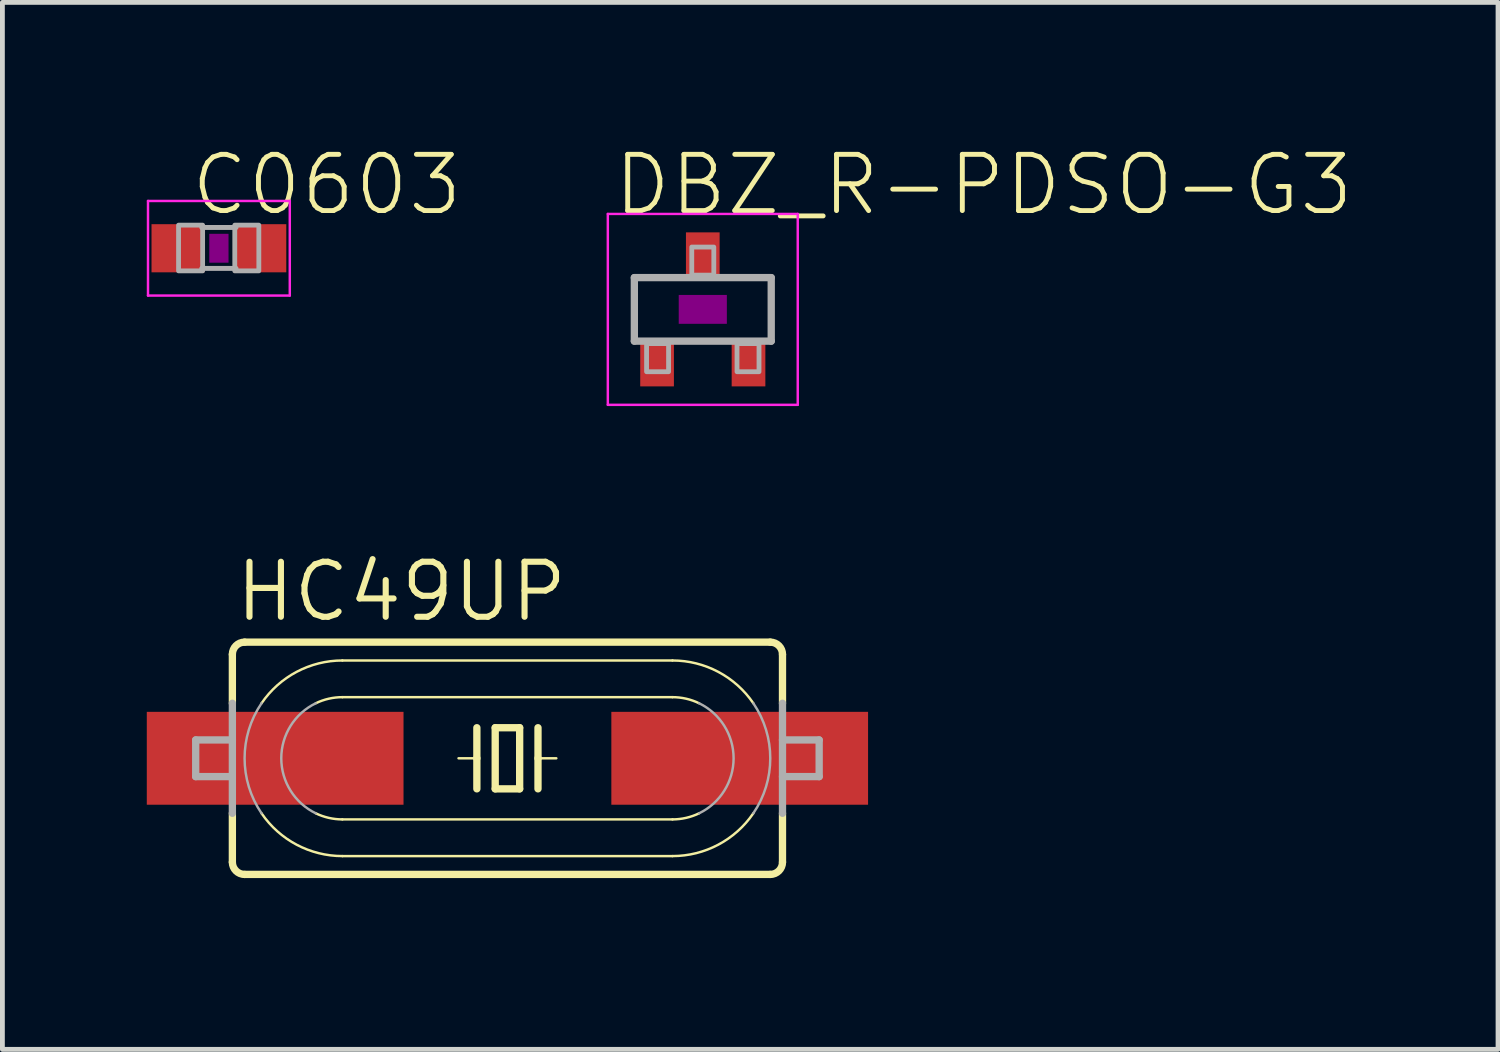
<source format=kicad_pcb>
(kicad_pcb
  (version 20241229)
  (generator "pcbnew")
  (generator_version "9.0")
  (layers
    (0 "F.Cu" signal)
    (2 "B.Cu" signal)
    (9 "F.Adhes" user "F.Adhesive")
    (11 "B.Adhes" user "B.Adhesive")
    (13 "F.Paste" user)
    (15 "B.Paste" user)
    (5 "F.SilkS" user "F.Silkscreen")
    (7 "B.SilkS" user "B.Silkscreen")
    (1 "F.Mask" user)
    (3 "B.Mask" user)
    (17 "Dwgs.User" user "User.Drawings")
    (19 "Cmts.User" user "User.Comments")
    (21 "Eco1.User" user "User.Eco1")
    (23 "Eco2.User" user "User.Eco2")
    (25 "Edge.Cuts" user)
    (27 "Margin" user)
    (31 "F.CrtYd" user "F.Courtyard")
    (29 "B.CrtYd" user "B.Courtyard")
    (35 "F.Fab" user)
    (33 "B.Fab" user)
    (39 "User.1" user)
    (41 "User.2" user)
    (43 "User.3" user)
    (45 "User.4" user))
  (footprint "C0603"
    (layer "F.Cu")
    (at 1.498 2.108)
    (property "Reference" "C0603" (at -0.635 -0.635 0) (layer "F.SilkS") (effects (font (size 1.168 1.168) (thickness 0.102)) (justify left bottom)))
    (fp_poly (pts (xy -0.2 0.3) (xy 0.2 0.3) (xy 0.2 -0.3) (xy -0.2 -0.3)) (stroke (width 0) (type solid)) (fill yes) (layer "F.Adhes"))
    (fp_line (start -1.473 -0.983) (end 1.473 -0.983) (stroke (width 0.051) (type solid)) (layer "F.CrtYd"))
    (fp_line (start -1.473 0.983) (end -1.473 -0.983) (stroke (width 0.051) (type solid)) (layer "F.CrtYd"))
    (fp_line (start 1.473 -0.983) (end 1.473 0.983) (stroke (width 0.051) (type solid)) (layer "F.CrtYd"))
    (fp_line (start 1.473 0.983) (end -1.473 0.983) (stroke (width 0.051) (type solid)) (layer "F.CrtYd"))
    (fp_line (start -0.356 -0.432) (end 0.356 -0.432) (stroke (width 0.102) (type solid)) (layer "F.Fab"))
    (fp_line (start -0.356 0.419) (end 0.356 0.419) (stroke (width 0.102) (type solid)) (layer "F.Fab"))
    (fp_poly (pts (xy -0.838 0.47) (xy -0.338 0.47) (xy -0.338 -0.48) (xy -0.838 -0.48)) (stroke (width 0.1) (type solid)) (fill no) (layer "F.Fab"))
    (fp_poly (pts (xy 0.33 0.47) (xy 0.83 0.47) (xy 0.83 -0.48) (xy 0.33 -0.48)) (stroke (width 0.1) (type solid)) (fill no) (layer "F.Fab"))
    (pad "1" smd rect (at -0.85 0) (size 1.1 1) (layers "F.Cu" "F.Mask" "F.Paste"))
    (pad "2" smd rect (at 0.85 0) (size 1.1 1) (layers "F.Cu" "F.Mask" "F.Paste")))
  (footprint "HC49UP"
    (layer "F.Cu")
    (at 7.493 12.705)
    (property "Reference" "HC49UP" (at -5.715 -2.794 0) (layer "F.SilkS") (effects (font (size 1.143 1.143) (thickness 0.127)) (justify left bottom)))
    (fp_line (start -5.715 -1.143) (end -5.715 -2.159) (stroke (width 0.152) (type solid)) (layer "F.SilkS"))
    (fp_line (start -5.715 2.159) (end -5.715 1.143) (stroke (width 0.152) (type solid)) (layer "F.SilkS"))
    (fp_line (start -3.429 -2.032) (end 3.429 -2.032) (stroke (width 0.051) (type solid)) (layer "F.SilkS"))
    (fp_line (start -3.429 -1.27) (end 3.429 -1.27) (stroke (width 0.051) (type solid)) (layer "F.SilkS"))
    (fp_line (start -0.635 -0.635) (end -0.635 0) (stroke (width 0.152) (type solid)) (layer "F.SilkS"))
    (fp_line (start -0.635 0) (end -1.016 0) (stroke (width 0.051) (type solid)) (layer "F.SilkS"))
    (fp_line (start -0.635 0) (end -0.635 0.635) (stroke (width 0.152) (type solid)) (layer "F.SilkS"))
    (fp_line (start -0.254 -0.635) (end -0.254 0.635) (stroke (width 0.152) (type solid)) (layer "F.SilkS"))
    (fp_line (start -0.254 0.635) (end 0.254 0.635) (stroke (width 0.152) (type solid)) (layer "F.SilkS"))
    (fp_line (start 0.254 -0.635) (end -0.254 -0.635) (stroke (width 0.152) (type solid)) (layer "F.SilkS"))
    (fp_line (start 0.254 0.635) (end 0.254 -0.635) (stroke (width 0.152) (type solid)) (layer "F.SilkS"))
    (fp_line (start 0.635 -0.635) (end 0.635 0) (stroke (width 0.152) (type solid)) (layer "F.SilkS"))
    (fp_line (start 0.635 0) (end 0.635 0.635) (stroke (width 0.152) (type solid)) (layer "F.SilkS"))
    (fp_line (start 0.635 0) (end 1.016 0) (stroke (width 0.051) (type solid)) (layer "F.SilkS"))
    (fp_line (start 3.429 1.27) (end -3.429 1.27) (stroke (width 0.051) (type solid)) (layer "F.SilkS"))
    (fp_line (start 3.429 2.032) (end -3.429 2.032) (stroke (width 0.051) (type solid)) (layer "F.SilkS"))
    (fp_line (start 5.461 -2.413) (end -5.461 -2.413) (stroke (width 0.152) (type solid)) (layer "F.SilkS"))
    (fp_line (start 5.461 2.413) (end -5.461 2.413) (stroke (width 0.152) (type solid)) (layer "F.SilkS"))
    (fp_line (start 5.715 -1.143) (end 5.715 -2.159) (stroke (width 0.152) (type solid)) (layer "F.SilkS"))
    (fp_line (start 5.715 2.159) (end 5.715 1.143) (stroke (width 0.152) (type solid)) (layer "F.SilkS"))
    (fp_arc (start -5.715 -2.159) (mid -5.640605 -2.338605) (end -5.461 -2.413) (stroke (width 0.1524) (type solid)) (layer "F.SilkS"))
    (fp_arc (start -5.461 2.413) (mid -5.640605 2.338605) (end -5.715 2.159) (stroke (width 0.1524) (type solid)) (layer "F.SilkS"))
    (fp_arc (start -5.1091 -1.143) (mid -4.379417 -1.796107) (end -3.429 -2.032101) (stroke (width 0.0508) (type solid)) (layer "F.SilkS"))
    (fp_arc (start -3.9826 -1.143) (mid -3.712991 -1.237845) (end -3.429 -1.27) (stroke (width 0.0508) (type solid)) (layer "F.SilkS"))
    (fp_arc (start -3.429 1.27) (mid -3.712991 1.237845) (end -3.9826 1.143) (stroke (width 0.0508) (type solid)) (layer "F.SilkS"))
    (fp_arc (start -3.429 2.032001) (mid -4.379408 1.796063) (end -5.1091 1.143) (stroke (width 0.0508) (type solid)) (layer "F.SilkS"))
    (fp_arc (start 3.429 -2.032) (mid 4.379408 -1.796062) (end 5.1091 -1.142999) (stroke (width 0.0508) (type solid)) (layer "F.SilkS"))
    (fp_arc (start 3.429 -1.27) (mid 3.712991 -1.237845) (end 3.9826 -1.143) (stroke (width 0.0508) (type solid)) (layer "F.SilkS"))
    (fp_arc (start 3.9826 1.143) (mid 3.712991 1.237845) (end 3.429 1.27) (stroke (width 0.0508) (type solid)) (layer "F.SilkS"))
    (fp_arc (start 5.109 1.142899) (mid 4.379368 1.795994) (end 3.429 2.032) (stroke (width 0.0508) (type solid)) (layer "F.SilkS"))
    (fp_arc (start 5.461 -2.413) (mid 5.640605 -2.338605) (end 5.715 -2.159) (stroke (width 0.1524) (type solid)) (layer "F.SilkS"))
    (fp_arc (start 5.715 2.159) (mid 5.640605 2.338605) (end 5.461 2.413) (stroke (width 0.1524) (type solid)) (layer "F.SilkS"))
    (fp_line (start -6.477 0.381) (end -6.477 -0.381) (stroke (width 0.152) (type solid)) (layer "F.Fab"))
    (fp_line (start -5.715 -0.381) (end -6.477 -0.381) (stroke (width 0.152) (type solid)) (layer "F.Fab"))
    (fp_line (start -5.715 -0.381) (end -5.715 -1.143) (stroke (width 0.152) (type solid)) (layer "F.Fab"))
    (fp_line (start -5.715 0.381) (end -6.477 0.381) (stroke (width 0.152) (type solid)) (layer "F.Fab"))
    (fp_line (start -5.715 0.381) (end -5.715 -0.381) (stroke (width 0.152) (type solid)) (layer "F.Fab"))
    (fp_line (start -5.715 1.143) (end -5.715 0.381) (stroke (width 0.152) (type solid)) (layer "F.Fab"))
    (fp_line (start 5.715 -0.381) (end 6.477 -0.381) (stroke (width 0.152) (type solid)) (layer "F.Fab"))
    (fp_line (start 5.715 0.381) (end 6.477 0.381) (stroke (width 0.152) (type solid)) (layer "F.Fab"))
    (fp_line (start 5.715 1.143) (end 5.715 -1.143) (stroke (width 0.152) (type solid)) (layer "F.Fab"))
    (fp_line (start 6.477 0.381) (end 6.477 -0.381) (stroke (width 0.152) (type solid)) (layer "F.Fab"))
    (fp_arc (start -5.1091 1.143) (mid -5.46104 0) (end -5.1091 -1.143) (stroke (width 0.0508) (type solid)) (layer "F.Fab"))
    (fp_arc (start -3.9826 1.143) (mid -4.699009 0) (end -3.9826 -1.143) (stroke (width 0.0508) (type solid)) (layer "F.Fab"))
    (fp_arc (start 3.9826 -1.143) (mid 4.699009 0) (end 3.9826 1.143) (stroke (width 0.0508) (type solid)) (layer "F.Fab"))
    (fp_arc (start 5.1091 -1.143) (mid 5.46104 0) (end 5.1091 1.143) (stroke (width 0.0508) (type solid)) (layer "F.Fab"))
    (pad "1" smd rect (at -4.826 0) (size 5.334 1.93) (layers "F.Cu" "F.Mask" "F.Paste"))
    (pad "2" smd rect (at 4.826 0) (size 5.334 1.93) (layers "F.Cu" "F.Mask" "F.Paste"))
    (zone (net_name "") (layers "F.Cu" "B.Cu") (hatch edge 0.508) (connect_pads) (min_thickness 0.254) (filled_areas_thickness no) (keepout (tracks allowed) (vias not_allowed) (pads allowed) (copperpour allowed) (footprints allowed)) (placement (enabled no)) (fill) (polygon (pts (xy 0.889 15.753) (xy 14.097 15.753) (xy 14.097 9.657) (xy 0.889 9.657)))))
  (footprint "DBZ_R-PDSO-G3"
    (layer "F.Cu")
    (at 11.552 3.378)
    (property "Reference" "DBZ_R-PDSO-G3" (at -1.905 -1.905 0) (layer "F.SilkS") (effects (font (size 1.168 1.168) (thickness 0.102)) (justify left bottom)))
    (fp_poly (pts (xy -0.5 0.3) (xy 0.5 0.3) (xy 0.5 -0.3) (xy -0.5 -0.3)) (stroke (width 0) (type solid)) (fill yes) (layer "F.Adhes"))
    (fp_line (start -1.973 -1.983) (end 1.973 -1.983) (stroke (width 0.051) (type solid)) (layer "F.CrtYd"))
    (fp_line (start -1.973 1.983) (end -1.973 -1.983) (stroke (width 0.051) (type solid)) (layer "F.CrtYd"))
    (fp_line (start 1.973 -1.983) (end 1.973 1.983) (stroke (width 0.051) (type solid)) (layer "F.CrtYd"))
    (fp_line (start 1.973 1.983) (end -1.973 1.983) (stroke (width 0.051) (type solid)) (layer "F.CrtYd"))
    (fp_line (start -1.422 -0.66) (end 1.422 -0.66) (stroke (width 0.152) (type solid)) (layer "F.Fab"))
    (fp_line (start -1.422 0.66) (end -1.422 -0.66) (stroke (width 0.152) (type solid)) (layer "F.Fab"))
    (fp_line (start 1.422 -0.66) (end 1.422 0.66) (stroke (width 0.152) (type solid)) (layer "F.Fab"))
    (fp_line (start 1.422 0.66) (end -1.422 0.66) (stroke (width 0.152) (type solid)) (layer "F.Fab"))
    (fp_poly (pts (xy -1.168 1.295) (xy -0.711 1.295) (xy -0.711 0.711) (xy -1.168 0.711)) (stroke (width 0.1) (type solid)) (fill no) (layer "F.Fab"))
    (fp_poly (pts (xy -0.229 -0.711) (xy 0.229 -0.711) (xy 0.229 -1.295) (xy -0.229 -1.295)) (stroke (width 0.1) (type solid)) (fill no) (layer "F.Fab"))
    (fp_poly (pts (xy 0.711 1.295) (xy 1.168 1.295) (xy 1.168 0.711) (xy 0.711 0.711)) (stroke (width 0.1) (type solid)) (fill no) (layer "F.Fab"))
    (pad "1" smd rect (at -0.95 1.1) (size 0.7 1) (layers "F.Cu" "F.Mask" "F.Paste"))
    (pad "2" smd rect (at 0.95 1.1) (size 0.7 1) (layers "F.Cu" "F.Mask" "F.Paste"))
    (pad "3" smd rect (at 0 -1.1) (size 0.7 1) (layers "F.Cu" "F.Mask" "F.Paste")))
  (gr_rect
    (start -3 -3)
    (end 28.075 18.753)
    (stroke (width 0.1) (type default))
    (fill no)
    (layer "Edge.Cuts")))
</source>
